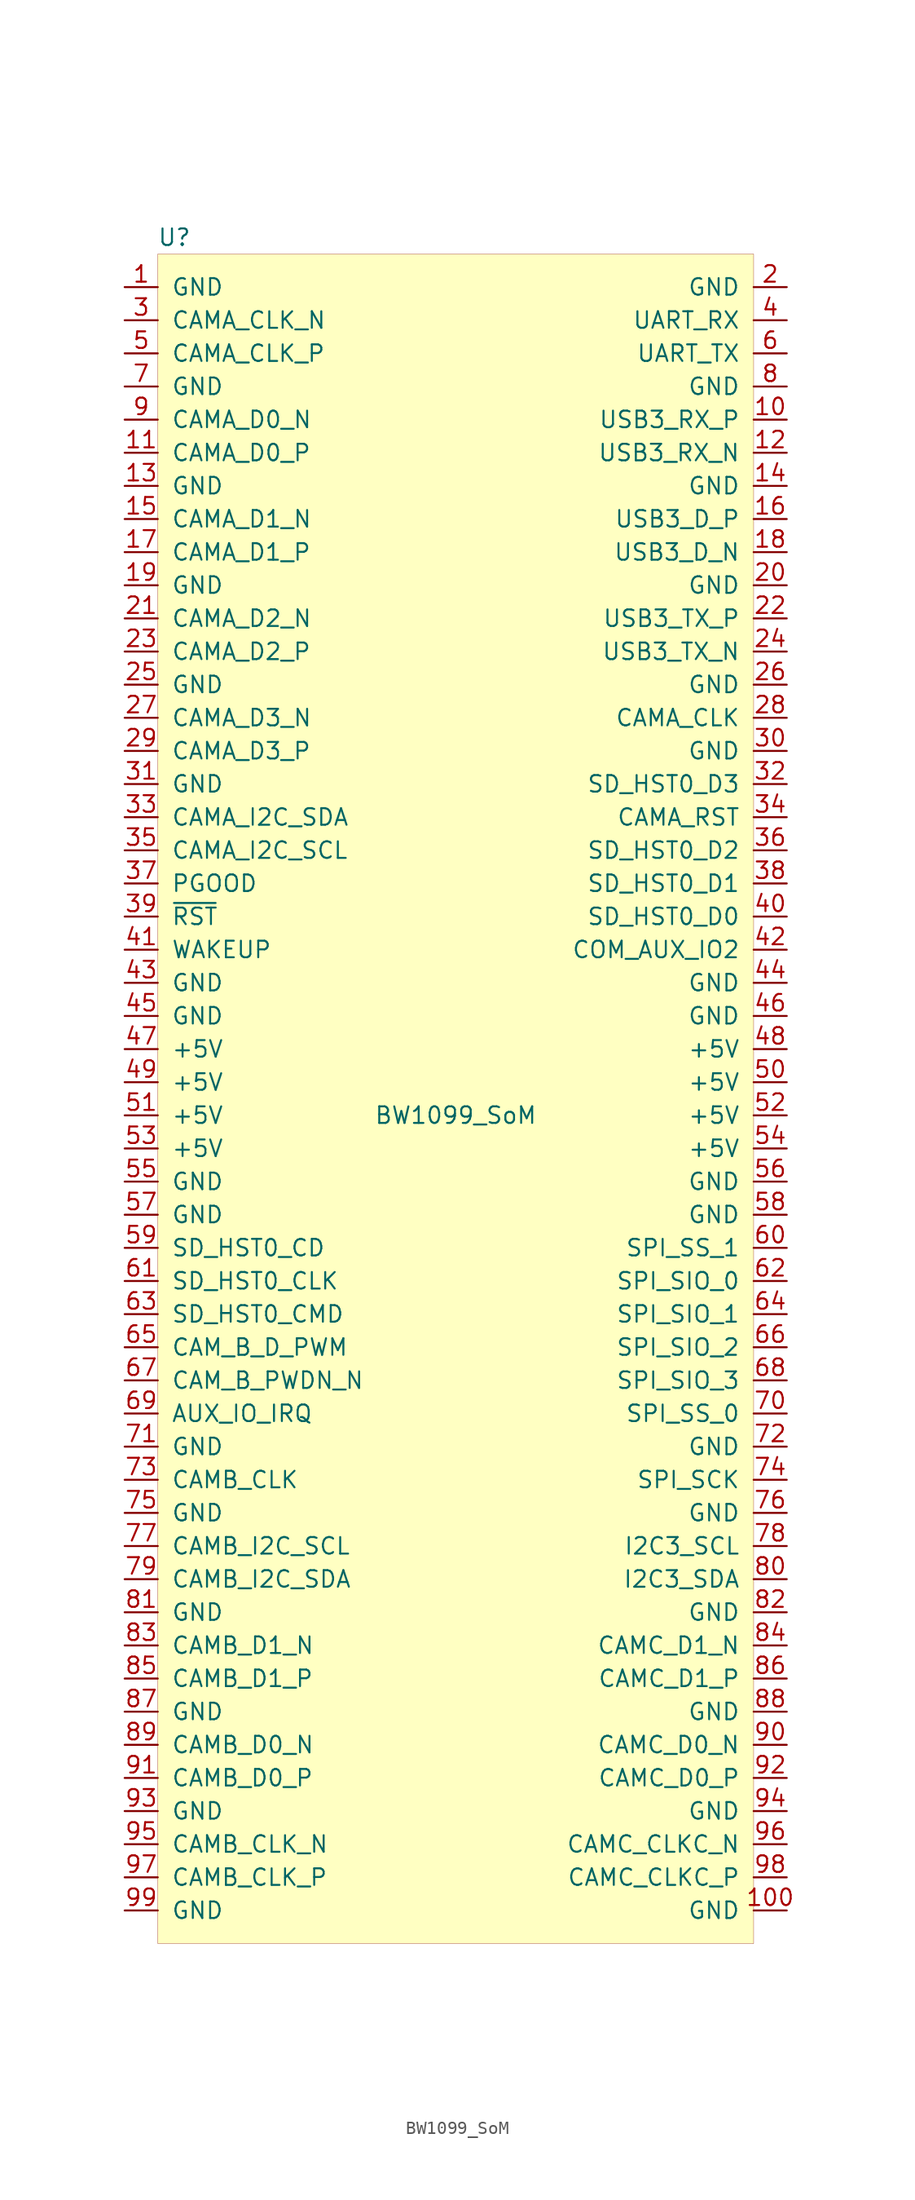
<source format=kicad_sym>
(kicad_symbol_lib
  (version 20201005)
  (generator kicad_symbol_editor)
  (symbol "MCU_Luxonis:BW1099_SoM"
    (pin_names
      (offset 1.016))
    (property "Reference" "U"
      (at -21.59 66.04 0)
      (effects (font (size 1.27 1.27))))
    (property "Value" "BW1099_SoM"
      (at 0 -1.27 0)
      (effects (font (size 1.27 1.27))))
    (symbol "BW1099_SoM_0_1"
      (rectangle (start -22.86 64.77) (end 22.86 -64.77) (stroke (width 0.001)) (fill (type background))))
    (symbol "BW1099_SoM_1_1"
      (pin power_in line (at -25.4 62.23 0) (length 2.54) (name "GND" (effects (font (size 1.27 1.27)))) (number "1" (effects (font (size 1.27 1.27)))))
      (pin output line (at -25.4 59.69 0) (length 2.54) (name "CAMA_CLK_N" (effects (font (size 1.27 1.27)))) (number "3" (effects (font (size 1.27 1.27)))))
      (pin output line (at -25.4 57.15 0) (length 2.54) (name "CAMA_CLK_P" (effects (font (size 1.27 1.27)))) (number "5" (effects (font (size 1.27 1.27)))))
      (pin power_in line (at -25.4 54.61 0) (length 2.54) (name "GND" (effects (font (size 1.27 1.27)))) (number "7" (effects (font (size 1.27 1.27)))))
      (pin bidirectional line (at -25.4 52.07 0) (length 2.54) (name "CAMA_D0_N" (effects (font (size 1.27 1.27)))) (number "9" (effects (font (size 1.27 1.27)))))
      (pin bidirectional line (at -25.4 49.53 0) (length 2.54) (name "CAMA_D0_P" (effects (font (size 1.27 1.27)))) (number "11" (effects (font (size 1.27 1.27)))))
      (pin power_in line (at -25.4 46.99 0) (length 2.54) (name "GND" (effects (font (size 1.27 1.27)))) (number "13" (effects (font (size 1.27 1.27)))))
      (pin bidirectional line (at -25.4 44.45 0) (length 2.54) (name "CAMA_D1_N" (effects (font (size 1.27 1.27)))) (number "15" (effects (font (size 1.27 1.27)))))
      (pin bidirectional line (at -25.4 41.91 0) (length 2.54) (name "CAMA_D1_P" (effects (font (size 1.27 1.27)))) (number "17" (effects (font (size 1.27 1.27)))))
      (pin power_in line (at -25.4 39.37 0) (length 2.54) (name "GND" (effects (font (size 1.27 1.27)))) (number "19" (effects (font (size 1.27 1.27)))))
      (pin bidirectional line (at -25.4 36.83 0) (length 2.54) (name "CAMA_D2_N" (effects (font (size 1.27 1.27)))) (number "21" (effects (font (size 1.27 1.27)))))
      (pin bidirectional line (at -25.4 34.29 0) (length 2.54) (name "CAMA_D2_P" (effects (font (size 1.27 1.27)))) (number "23" (effects (font (size 1.27 1.27)))))
      (pin power_in line (at -25.4 31.75 0) (length 2.54) (name "GND" (effects (font (size 1.27 1.27)))) (number "25" (effects (font (size 1.27 1.27)))))
      (pin bidirectional line (at -25.4 29.21 0) (length 2.54) (name "CAMA_D3_N" (effects (font (size 1.27 1.27)))) (number "27" (effects (font (size 1.27 1.27)))))
      (pin bidirectional line (at -25.4 26.67 0) (length 2.54) (name "CAMA_D3_P" (effects (font (size 1.27 1.27)))) (number "29" (effects (font (size 1.27 1.27)))))
      (pin power_in line (at -25.4 24.13 0) (length 2.54) (name "GND" (effects (font (size 1.27 1.27)))) (number "31" (effects (font (size 1.27 1.27)))))
      (pin bidirectional line (at -25.4 21.59 0) (length 2.54) (name "CAMA_I2C_SDA" (effects (font (size 1.27 1.27)))) (number "33" (effects (font (size 1.27 1.27)))))
      (pin output line (at -25.4 19.05 0) (length 2.54) (name "CAMA_I2C_SCL" (effects (font (size 1.27 1.27)))) (number "35" (effects (font (size 1.27 1.27)))))
      (pin output line (at -25.4 16.51 0) (length 2.54) (name "PGOOD" (effects (font (size 1.27 1.27)))) (number "37" (effects (font (size 1.27 1.27)))))
      (pin output line (at -25.4 13.97 0) (length 2.54) (name "~RST~" (effects (font (size 1.27 1.27)))) (number "39" (effects (font (size 1.27 1.27)))))
      (pin input line (at -25.4 11.43 0) (length 2.54) (name "WAKEUP" (effects (font (size 1.27 1.27)))) (number "41" (effects (font (size 1.27 1.27)))))
      (pin power_in line (at -25.4 8.89 0) (length 2.54) (name "GND" (effects (font (size 1.27 1.27)))) (number "43" (effects (font (size 1.27 1.27)))))
      (pin power_in line (at -25.4 6.35 0) (length 2.54) (name "GND" (effects (font (size 1.27 1.27)))) (number "45" (effects (font (size 1.27 1.27)))))
      (pin power_in line (at -25.4 3.81 0) (length 2.54) (name "+5V" (effects (font (size 1.27 1.27)))) (number "47" (effects (font (size 1.27 1.27)))))
      (pin power_in line (at -25.4 1.27 0) (length 2.54) (name "+5V" (effects (font (size 1.27 1.27)))) (number "49" (effects (font (size 1.27 1.27)))))
      (pin power_in line (at -25.4 -1.27 0) (length 2.54) (name "+5V" (effects (font (size 1.27 1.27)))) (number "51" (effects (font (size 1.27 1.27)))))
      (pin power_in line (at -25.4 -3.81 0) (length 2.54) (name "+5V" (effects (font (size 1.27 1.27)))) (number "53" (effects (font (size 1.27 1.27)))))
      (pin power_in line (at -25.4 -6.35 0) (length 2.54) (name "GND" (effects (font (size 1.27 1.27)))) (number "55" (effects (font (size 1.27 1.27)))))
      (pin power_in line (at -25.4 -8.89 0) (length 2.54) (name "GND" (effects (font (size 1.27 1.27)))) (number "57" (effects (font (size 1.27 1.27)))))
      (pin input line (at -25.4 -11.43 0) (length 2.54) (name "SD_HST0_CD" (effects (font (size 1.27 1.27)))) (number "59" (effects (font (size 1.27 1.27)))))
      (pin output line (at -25.4 -13.97 0) (length 2.54) (name "SD_HST0_CLK" (effects (font (size 1.27 1.27)))) (number "61" (effects (font (size 1.27 1.27)))))
      (pin output line (at -25.4 -16.51 0) (length 2.54) (name "SD_HST0_CMD" (effects (font (size 1.27 1.27)))) (number "63" (effects (font (size 1.27 1.27)))))
      (pin output line (at -25.4 -19.05 0) (length 2.54) (name "CAM_B_D_PWM" (effects (font (size 1.27 1.27)))) (number "65" (effects (font (size 1.27 1.27)))))
      (pin output line (at -25.4 -21.59 0) (length 2.54) (name "CAM_B_PWDN_N" (effects (font (size 1.27 1.27)))) (number "67" (effects (font (size 1.27 1.27)))))
      (pin bidirectional line (at -25.4 -24.13 0) (length 2.54) (name "AUX_IO_IRQ" (effects (font (size 1.27 1.27)))) (number "69" (effects (font (size 1.27 1.27)))))
      (pin power_in line (at -25.4 -26.67 0) (length 2.54) (name "GND" (effects (font (size 1.27 1.27)))) (number "71" (effects (font (size 1.27 1.27)))))
      (pin output line (at -25.4 -34.29 0) (length 2.54) (name "CAMB_I2C_SCL" (effects (font (size 1.27 1.27)))) (number "77" (effects (font (size 1.27 1.27)))))
      (pin output line (at -25.4 -29.21 0) (length 2.54) (name "CAMB_CLK" (effects (font (size 1.27 1.27)))) (number "73" (effects (font (size 1.27 1.27)))))
      (pin power_in line (at -25.4 -31.75 0) (length 2.54) (name "GND" (effects (font (size 1.27 1.27)))) (number "75" (effects (font (size 1.27 1.27)))))
      (pin bidirectional line (at -25.4 -36.83 0) (length 2.54) (name "CAMB_I2C_SDA" (effects (font (size 1.27 1.27)))) (number "79" (effects (font (size 1.27 1.27)))))
      (pin power_in line (at -25.4 -39.37 0) (length 2.54) (name "GND" (effects (font (size 1.27 1.27)))) (number "81" (effects (font (size 1.27 1.27)))))
      (pin bidirectional line (at -25.4 -41.91 0) (length 2.54) (name "CAMB_D1_N" (effects (font (size 1.27 1.27)))) (number "83" (effects (font (size 1.27 1.27)))))
      (pin bidirectional line (at -25.4 -44.45 0) (length 2.54) (name "CAMB_D1_P" (effects (font (size 1.27 1.27)))) (number "85" (effects (font (size 1.27 1.27)))))
      (pin power_in line (at -25.4 -46.99 0) (length 2.54) (name "GND" (effects (font (size 1.27 1.27)))) (number "87" (effects (font (size 1.27 1.27)))))
      (pin bidirectional line (at -25.4 -49.53 0) (length 2.54) (name "CAMB_D0_N" (effects (font (size 1.27 1.27)))) (number "89" (effects (font (size 1.27 1.27)))))
      (pin bidirectional line (at -25.4 -52.07 0) (length 2.54) (name "CAMB_D0_P" (effects (font (size 1.27 1.27)))) (number "91" (effects (font (size 1.27 1.27)))))
      (pin power_in line (at -25.4 -54.61 0) (length 2.54) (name "GND" (effects (font (size 1.27 1.27)))) (number "93" (effects (font (size 1.27 1.27)))))
      (pin bidirectional line (at -25.4 -57.15 0) (length 2.54) (name "CAMB_CLK_N" (effects (font (size 1.27 1.27)))) (number "95" (effects (font (size 1.27 1.27)))))
      (pin bidirectional line (at -25.4 -59.69 0) (length 2.54) (name "CAMB_CLK_P" (effects (font (size 1.27 1.27)))) (number "97" (effects (font (size 1.27 1.27)))))
      (pin power_in line (at -25.4 -62.23 0) (length 2.54) (name "GND" (effects (font (size 1.27 1.27)))) (number "99" (effects (font (size 1.27 1.27)))))
      (pin input line (at 25.4 59.69 180) (length 2.54) (name "UART_RX" (effects (font (size 1.27 1.27)))) (number "4" (effects (font (size 1.27 1.27)))))
      (pin power_in line (at 25.4 62.23 180) (length 2.54) (name "GND" (effects (font (size 1.27 1.27)))) (number "2" (effects (font (size 1.27 1.27)))))
      (pin output line (at 25.4 57.15 180) (length 2.54) (name "UART_TX" (effects (font (size 1.27 1.27)))) (number "6" (effects (font (size 1.27 1.27)))))
      (pin power_in line (at 25.4 54.61 180) (length 2.54) (name "GND" (effects (font (size 1.27 1.27)))) (number "8" (effects (font (size 1.27 1.27)))))
      (pin input line (at 25.4 52.07 180) (length 2.54) (name "USB3_RX_P" (effects (font (size 1.27 1.27)))) (number "10" (effects (font (size 1.27 1.27)))))
      (pin input line (at 25.4 49.53 180) (length 2.54) (name "USB3_RX_N" (effects (font (size 1.27 1.27)))) (number "12" (effects (font (size 1.27 1.27)))))
      (pin power_in line (at 25.4 46.99 180) (length 2.54) (name "GND" (effects (font (size 1.27 1.27)))) (number "14" (effects (font (size 1.27 1.27)))))
      (pin bidirectional line (at 25.4 44.45 180) (length 2.54) (name "USB3_D_P" (effects (font (size 1.27 1.27)))) (number "16" (effects (font (size 1.27 1.27)))))
      (pin bidirectional line (at 25.4 41.91 180) (length 2.54) (name "USB3_D_N" (effects (font (size 1.27 1.27)))) (number "18" (effects (font (size 1.27 1.27)))))
      (pin power_in line (at 25.4 39.37 180) (length 2.54) (name "GND" (effects (font (size 1.27 1.27)))) (number "20" (effects (font (size 1.27 1.27)))))
      (pin output line (at 25.4 36.83 180) (length 2.54) (name "USB3_TX_P" (effects (font (size 1.27 1.27)))) (number "22" (effects (font (size 1.27 1.27)))))
      (pin output line (at 25.4 34.29 180) (length 2.54) (name "USB3_TX_N" (effects (font (size 1.27 1.27)))) (number "24" (effects (font (size 1.27 1.27)))))
      (pin power_in line (at 25.4 31.75 180) (length 2.54) (name "GND" (effects (font (size 1.27 1.27)))) (number "26" (effects (font (size 1.27 1.27)))))
      (pin output line (at 25.4 29.21 180) (length 2.54) (name "CAMA_CLK" (effects (font (size 1.27 1.27)))) (number "28" (effects (font (size 1.27 1.27)))))
      (pin power_in line (at 25.4 26.67 180) (length 2.54) (name "GND" (effects (font (size 1.27 1.27)))) (number "30" (effects (font (size 1.27 1.27)))))
      (pin bidirectional line (at 25.4 24.13 180) (length 2.54) (name "SD_HST0_D3" (effects (font (size 1.27 1.27)))) (number "32" (effects (font (size 1.27 1.27)))))
      (pin output line (at 25.4 21.59 180) (length 2.54) (name "CAMA_RST" (effects (font (size 1.27 1.27)))) (number "34" (effects (font (size 1.27 1.27)))))
      (pin bidirectional line (at 25.4 19.05 180) (length 2.54) (name "SD_HST0_D2" (effects (font (size 1.27 1.27)))) (number "36" (effects (font (size 1.27 1.27)))))
      (pin bidirectional line (at 25.4 16.51 180) (length 2.54) (name "SD_HST0_D1" (effects (font (size 1.27 1.27)))) (number "38" (effects (font (size 1.27 1.27)))))
      (pin bidirectional line (at 25.4 13.97 180) (length 2.54) (name "SD_HST0_D0" (effects (font (size 1.27 1.27)))) (number "40" (effects (font (size 1.27 1.27)))))
      (pin bidirectional line (at 25.4 11.43 180) (length 2.54) (name "COM_AUX_IO2" (effects (font (size 1.27 1.27)))) (number "42" (effects (font (size 1.27 1.27)))))
      (pin power_in line (at 25.4 8.89 180) (length 2.54) (name "GND" (effects (font (size 1.27 1.27)))) (number "44" (effects (font (size 1.27 1.27)))))
      (pin power_in line (at 25.4 6.35 180) (length 2.54) (name "GND" (effects (font (size 1.27 1.27)))) (number "46" (effects (font (size 1.27 1.27)))))
      (pin power_in line (at 25.4 3.81 180) (length 2.54) (name "+5V" (effects (font (size 1.27 1.27)))) (number "48" (effects (font (size 1.27 1.27)))))
      (pin power_in line (at 25.4 1.27 180) (length 2.54) (name "+5V" (effects (font (size 1.27 1.27)))) (number "50" (effects (font (size 1.27 1.27)))))
      (pin power_in line (at 25.4 -1.27 180) (length 2.54) (name "+5V" (effects (font (size 1.27 1.27)))) (number "52" (effects (font (size 1.27 1.27)))))
      (pin power_in line (at 25.4 -3.81 180) (length 2.54) (name "+5V" (effects (font (size 1.27 1.27)))) (number "54" (effects (font (size 1.27 1.27)))))
      (pin power_in line (at 25.4 -6.35 180) (length 2.54) (name "GND" (effects (font (size 1.27 1.27)))) (number "56" (effects (font (size 1.27 1.27)))))
      (pin power_in line (at 25.4 -8.89 180) (length 2.54) (name "GND" (effects (font (size 1.27 1.27)))) (number "58" (effects (font (size 1.27 1.27)))))
      (pin output line (at 25.4 -11.43 180) (length 2.54) (name "SPI_SS_1" (effects (font (size 1.27 1.27)))) (number "60" (effects (font (size 1.27 1.27)))))
      (pin bidirectional line (at 25.4 -13.97 180) (length 2.54) (name "SPI_SIO_0" (effects (font (size 1.27 1.27)))) (number "62" (effects (font (size 1.27 1.27)))))
      (pin bidirectional line (at 25.4 -16.51 180) (length 2.54) (name "SPI_SIO_1" (effects (font (size 1.27 1.27)))) (number "64" (effects (font (size 1.27 1.27)))))
      (pin bidirectional line (at 25.4 -19.05 180) (length 2.54) (name "SPI_SIO_2" (effects (font (size 1.27 1.27)))) (number "66" (effects (font (size 1.27 1.27)))))
      (pin bidirectional line (at 25.4 -21.59 180) (length 2.54) (name "SPI_SIO_3" (effects (font (size 1.27 1.27)))) (number "68" (effects (font (size 1.27 1.27)))))
      (pin bidirectional line (at 25.4 -24.13 180) (length 2.54) (name "SPI_SS_0" (effects (font (size 1.27 1.27)))) (number "70" (effects (font (size 1.27 1.27)))))
      (pin power_in line (at 25.4 -26.67 180) (length 2.54) (name "GND" (effects (font (size 1.27 1.27)))) (number "72" (effects (font (size 1.27 1.27)))))
      (pin bidirectional line (at 25.4 -29.21 180) (length 2.54) (name "SPI_SCK" (effects (font (size 1.27 1.27)))) (number "74" (effects (font (size 1.27 1.27)))))
      (pin power_in line (at 25.4 -31.75 180) (length 2.54) (name "GND" (effects (font (size 1.27 1.27)))) (number "76" (effects (font (size 1.27 1.27)))))
      (pin output line (at 25.4 -34.29 180) (length 2.54) (name "I2C3_SCL" (effects (font (size 1.27 1.27)))) (number "78" (effects (font (size 1.27 1.27)))))
      (pin bidirectional line (at 25.4 -36.83 180) (length 2.54) (name "I2C3_SDA" (effects (font (size 1.27 1.27)))) (number "80" (effects (font (size 1.27 1.27)))))
      (pin power_in line (at 25.4 -39.37 180) (length 2.54) (name "GND" (effects (font (size 1.27 1.27)))) (number "82" (effects (font (size 1.27 1.27)))))
      (pin bidirectional line (at 25.4 -41.91 180) (length 2.54) (name "CAMC_D1_N" (effects (font (size 1.27 1.27)))) (number "84" (effects (font (size 1.27 1.27)))))
      (pin bidirectional line (at 25.4 -44.45 180) (length 2.54) (name "CAMC_D1_P" (effects (font (size 1.27 1.27)))) (number "86" (effects (font (size 1.27 1.27)))))
      (pin power_in line (at 25.4 -46.99 180) (length 2.54) (name "GND" (effects (font (size 1.27 1.27)))) (number "88" (effects (font (size 1.27 1.27)))))
      (pin bidirectional line (at 25.4 -49.53 180) (length 2.54) (name "CAMC_D0_N" (effects (font (size 1.27 1.27)))) (number "90" (effects (font (size 1.27 1.27)))))
      (pin bidirectional line (at 25.4 -52.07 180) (length 2.54) (name "CAMC_D0_P" (effects (font (size 1.27 1.27)))) (number "92" (effects (font (size 1.27 1.27)))))
      (pin power_in line (at 25.4 -54.61 180) (length 2.54) (name "GND" (effects (font (size 1.27 1.27)))) (number "94" (effects (font (size 1.27 1.27)))))
      (pin bidirectional line (at 25.4 -57.15 180) (length 2.54) (name "CAMC_CLKC_N" (effects (font (size 1.27 1.27)))) (number "96" (effects (font (size 1.27 1.27)))))
      (pin bidirectional line (at 25.4 -59.69 180) (length 2.54) (name "CAMC_CLKC_P" (effects (font (size 1.27 1.27)))) (number "98" (effects (font (size 1.27 1.27)))))
      (pin power_in line (at 25.4 -62.23 180) (length 2.54) (name "GND" (effects (font (size 1.27 1.27)))) (number "100" (effects (font (size 1.27 1.27))))))))
</source>
